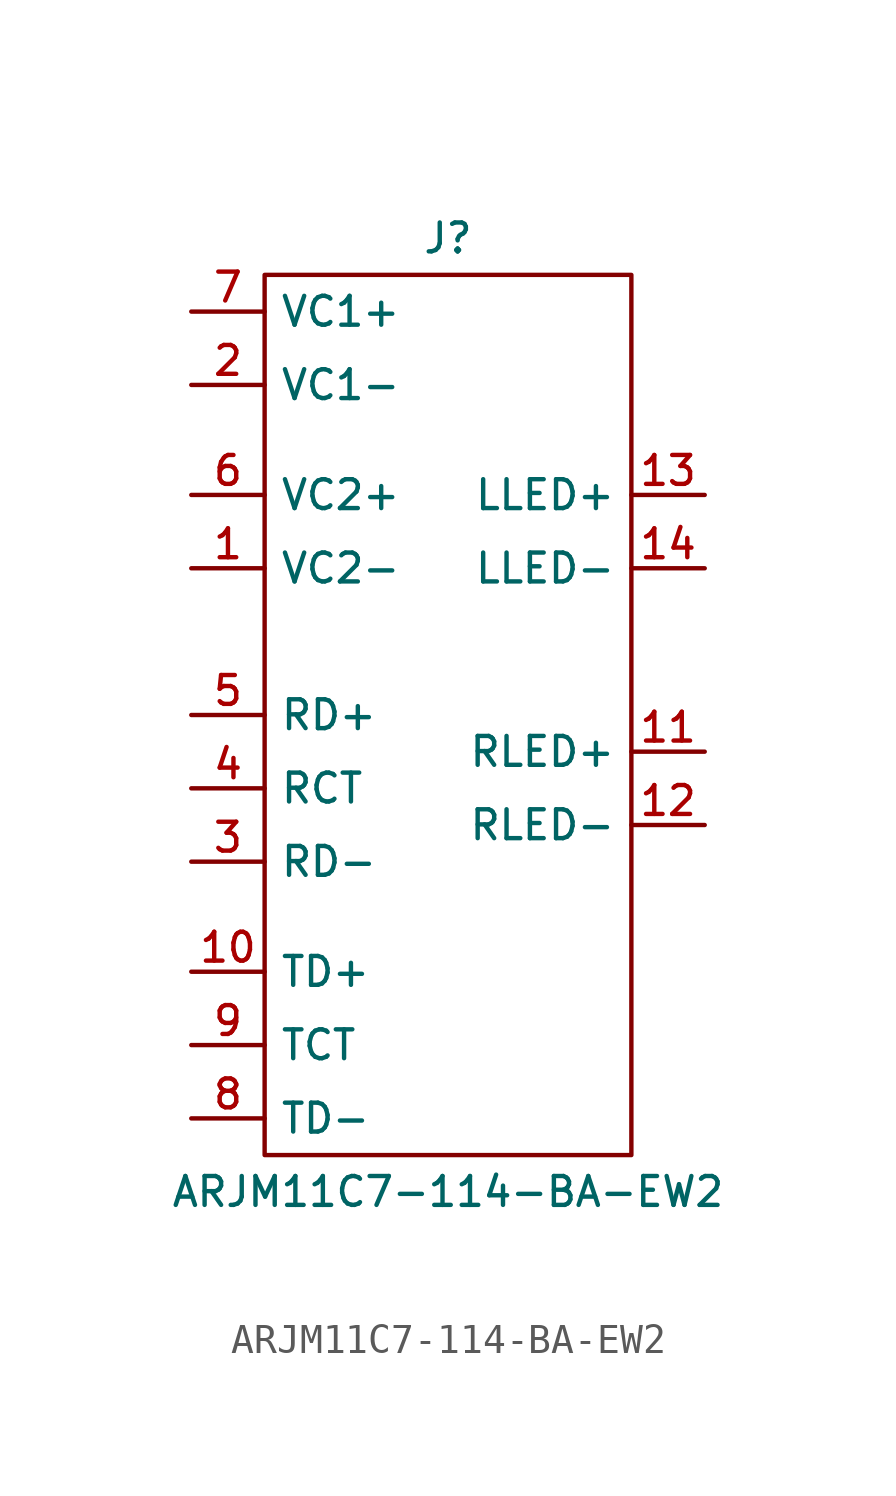
<source format=kicad_sym>
(kicad_symbol_lib
  (version 20220914)
  (generator kicad_symbol_editor)
  (symbol "ARJM11C7-114-BA-EW2"
    (property "Reference" "J"
      (at 0 16.51 0)
      (effects (font (size 1 1))))
    (property "Value" "ARJM11C7-114-BA-EW2"
      (at 0 -16.51 0)
      (effects (font (size 1 1))))
    (symbol "ARJM11C7-114-BA-EW2_0_1"
      (rectangle (start -6.35 15.24) (end 6.35 -15.24) (stroke (width 0) (type default)) (fill (type none))))
    (symbol "ARJM11C7-114-BA-EW2_1_1"
      (pin passive line (at -8.89 5.08 0) (length 2.54) (name "VC2-" (effects (font (size 1 1)))) (number "1" (effects (font (size 1 1)))))
      (pin passive line (at -8.89 -8.89 0) (length 2.54) (name "TD+" (effects (font (size 1 1)))) (number "10" (effects (font (size 1 1)))))
      (pin passive line (at 8.89 -1.27 180) (length 2.54) (name "RLED+" (effects (font (size 1 1)))) (number "11" (effects (font (size 1 1)))))
      (pin passive line (at 8.89 -3.81 180) (length 2.54) (name "RLED-" (effects (font (size 1 1)))) (number "12" (effects (font (size 1 1)))))
      (pin passive line (at 8.89 7.62 180) (length 2.54) (name "LLED+" (effects (font (size 1 1)))) (number "13" (effects (font (size 1 1)))))
      (pin passive line (at 8.89 5.08 180) (length 2.54) (name "LLED-" (effects (font (size 1 1)))) (number "14" (effects (font (size 1 1)))))
      (pin passive line (at -8.89 11.43 0) (length 2.54) (name "VC1-" (effects (font (size 1 1)))) (number "2" (effects (font (size 1 1)))))
      (pin passive line (at -8.89 -5.08 0) (length 2.54) (name "RD-" (effects (font (size 1 1)))) (number "3" (effects (font (size 1 1)))))
      (pin passive line (at -8.89 -2.54 0) (length 2.54) (name "RCT" (effects (font (size 1 1)))) (number "4" (effects (font (size 1 1)))))
      (pin passive line (at -8.89 0 0) (length 2.54) (name "RD+" (effects (font (size 1 1)))) (number "5" (effects (font (size 1 1)))))
      (pin passive line (at -8.89 7.62 0) (length 2.54) (name "VC2+" (effects (font (size 1 1)))) (number "6" (effects (font (size 1 1)))))
      (pin passive line (at -8.89 13.97 0) (length 2.54) (name "VC1+" (effects (font (size 1 1)))) (number "7" (effects (font (size 1 1)))))
      (pin passive line (at -8.89 -13.97 0) (length 2.54) (name "TD-" (effects (font (size 1 1)))) (number "8" (effects (font (size 1 1)))))
      (pin passive line (at -8.89 -11.43 0) (length 2.54) (name "TCT" (effects (font (size 1 1)))) (number "9" (effects (font (size 1 1))))))))
</source>
